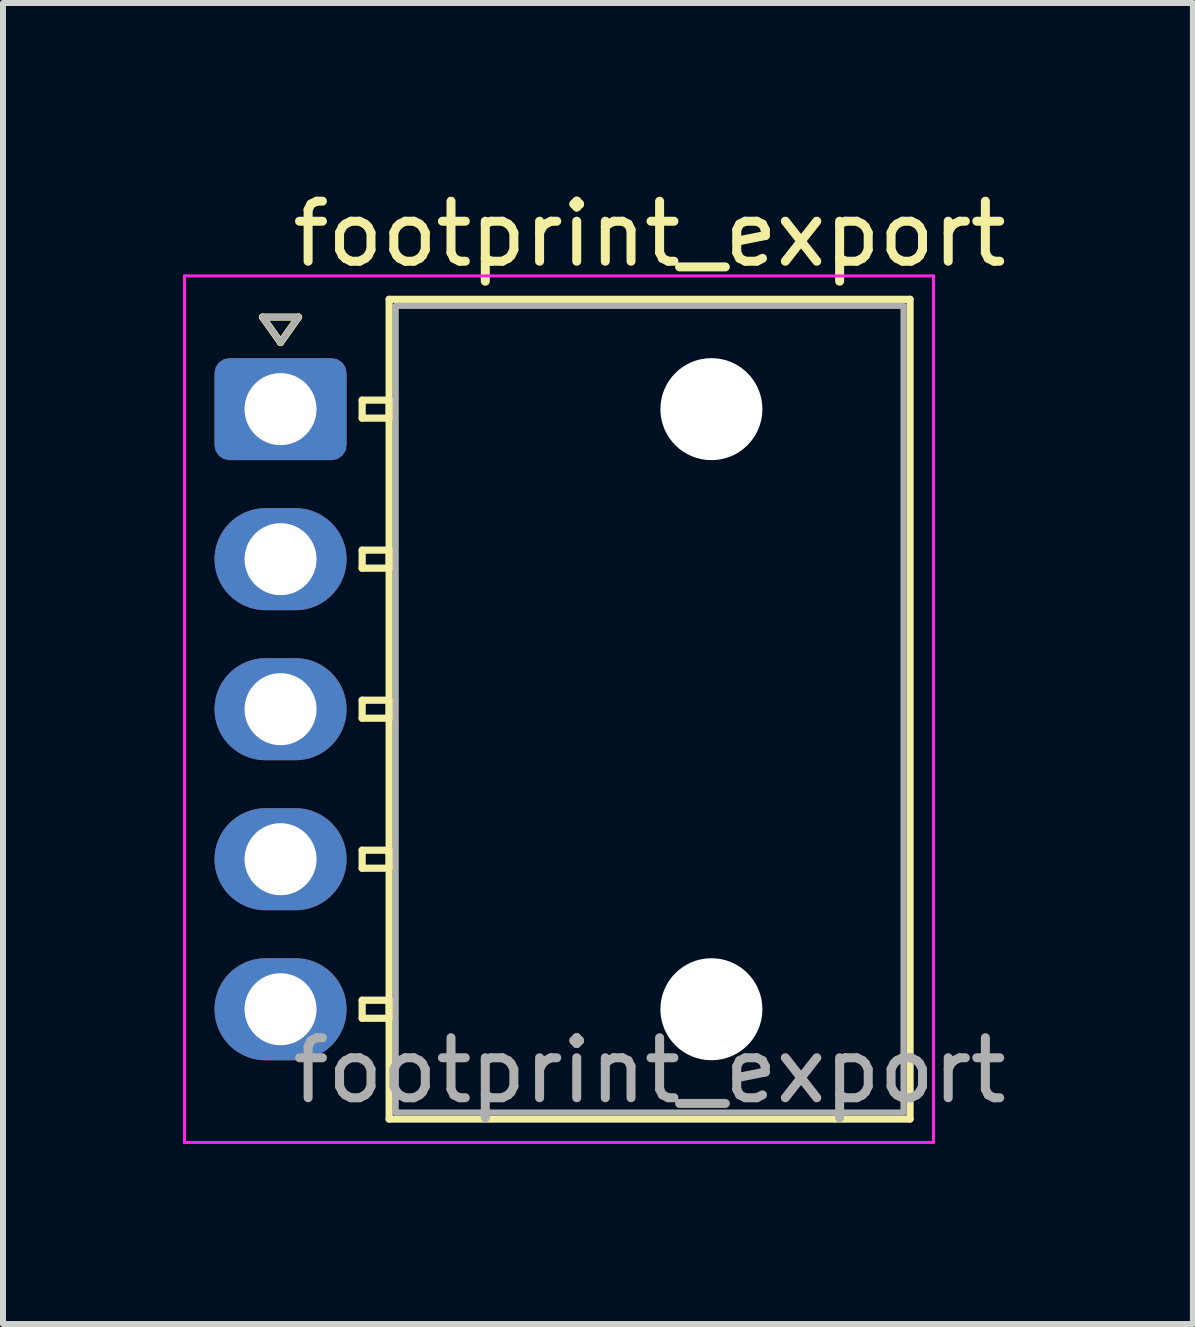
<source format=kicad_pcb>
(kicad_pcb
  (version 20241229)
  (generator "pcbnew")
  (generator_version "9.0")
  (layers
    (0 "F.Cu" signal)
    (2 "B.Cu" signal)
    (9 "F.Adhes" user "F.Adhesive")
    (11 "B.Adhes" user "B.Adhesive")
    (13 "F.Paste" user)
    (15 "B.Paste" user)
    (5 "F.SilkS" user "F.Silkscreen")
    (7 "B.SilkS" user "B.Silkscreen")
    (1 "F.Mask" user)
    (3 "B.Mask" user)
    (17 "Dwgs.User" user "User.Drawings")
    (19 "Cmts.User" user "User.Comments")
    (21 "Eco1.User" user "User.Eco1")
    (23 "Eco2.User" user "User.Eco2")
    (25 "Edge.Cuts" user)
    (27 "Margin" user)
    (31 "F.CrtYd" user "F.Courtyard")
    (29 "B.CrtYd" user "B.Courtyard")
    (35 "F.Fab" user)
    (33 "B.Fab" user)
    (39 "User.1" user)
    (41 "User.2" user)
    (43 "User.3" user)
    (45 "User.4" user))
  (footprint "footprint_export"
    (layer "F.Cu")
    (at 1.625 3.768)
    (property "Reference" "footprint_export" (at 6.15 -2.92 0) (layer "F.SilkS") (effects (font (size 1 1) (thickness 0.15))))
    (attr through_hole)
    (fp_line (start -0.3 -1.534) (end 0 -1.11) (stroke (width 0.12) (type solid)) (layer "F.SilkS"))
    (fp_line (start 0 -1.11) (end 0.3 -1.534) (stroke (width 0.12) (type solid)) (layer "F.SilkS"))
    (fp_line (start 0.3 -1.534) (end -0.3 -1.534) (stroke (width 0.12) (type solid)) (layer "F.SilkS"))
    (fp_line (start 1.36 -0.15) (end 1.36 0.15) (stroke (width 0.12) (type solid)) (layer "F.SilkS"))
    (fp_line (start 1.36 0.15) (end 1.81 0.15) (stroke (width 0.12) (type solid)) (layer "F.SilkS"))
    (fp_line (start 1.36 2.35) (end 1.36 2.65) (stroke (width 0.12) (type solid)) (layer "F.SilkS"))
    (fp_line (start 1.36 2.65) (end 1.81 2.65) (stroke (width 0.12) (type solid)) (layer "F.SilkS"))
    (fp_line (start 1.36 4.85) (end 1.36 5.15) (stroke (width 0.12) (type solid)) (layer "F.SilkS"))
    (fp_line (start 1.36 5.15) (end 1.81 5.15) (stroke (width 0.12) (type solid)) (layer "F.SilkS"))
    (fp_line (start 1.36 7.35) (end 1.36 7.65) (stroke (width 0.12) (type solid)) (layer "F.SilkS"))
    (fp_line (start 1.36 7.65) (end 1.81 7.65) (stroke (width 0.12) (type solid)) (layer "F.SilkS"))
    (fp_line (start 1.36 9.85) (end 1.36 10.15) (stroke (width 0.12) (type solid)) (layer "F.SilkS"))
    (fp_line (start 1.36 10.15) (end 1.81 10.15) (stroke (width 0.12) (type solid)) (layer "F.SilkS"))
    (fp_line (start 1.81 -1.83) (end 1.81 11.83) (stroke (width 0.12) (type solid)) (layer "F.SilkS"))
    (fp_line (start 1.81 -0.15) (end 1.36 -0.15) (stroke (width 0.12) (type solid)) (layer "F.SilkS"))
    (fp_line (start 1.81 0.15) (end 1.81 -0.15) (stroke (width 0.12) (type solid)) (layer "F.SilkS"))
    (fp_line (start 1.81 2.35) (end 1.36 2.35) (stroke (width 0.12) (type solid)) (layer "F.SilkS"))
    (fp_line (start 1.81 2.65) (end 1.81 2.35) (stroke (width 0.12) (type solid)) (layer "F.SilkS"))
    (fp_line (start 1.81 4.85) (end 1.36 4.85) (stroke (width 0.12) (type solid)) (layer "F.SilkS"))
    (fp_line (start 1.81 5.15) (end 1.81 4.85) (stroke (width 0.12) (type solid)) (layer "F.SilkS"))
    (fp_line (start 1.81 7.35) (end 1.36 7.35) (stroke (width 0.12) (type solid)) (layer "F.SilkS"))
    (fp_line (start 1.81 7.65) (end 1.81 7.35) (stroke (width 0.12) (type solid)) (layer "F.SilkS"))
    (fp_line (start 1.81 9.85) (end 1.36 9.85) (stroke (width 0.12) (type solid)) (layer "F.SilkS"))
    (fp_line (start 1.81 10.15) (end 1.81 9.85) (stroke (width 0.12) (type solid)) (layer "F.SilkS"))
    (fp_line (start 1.81 11.83) (end 10.49 11.83) (stroke (width 0.12) (type solid)) (layer "F.SilkS"))
    (fp_line (start 10.49 -1.83) (end 1.81 -1.83) (stroke (width 0.12) (type solid)) (layer "F.SilkS"))
    (fp_line (start 10.49 11.83) (end 10.49 -1.83) (stroke (width 0.12) (type solid)) (layer "F.SilkS"))
    (fp_line (start -1.6 -2.22) (end -1.6 12.22) (stroke (width 0.05) (type solid)) (layer "F.CrtYd"))
    (fp_line (start -1.6 12.22) (end 10.88 12.22) (stroke (width 0.05) (type solid)) (layer "F.CrtYd"))
    (fp_line (start 10.88 -2.22) (end -1.6 -2.22) (stroke (width 0.05) (type solid)) (layer "F.CrtYd"))
    (fp_line (start 10.88 12.22) (end 10.88 -2.22) (stroke (width 0.05) (type solid)) (layer "F.CrtYd"))
    (fp_line (start -0.3 -1.534) (end 0 -1.11) (stroke (width 0.1) (type solid)) (layer "F.Fab"))
    (fp_line (start 0 -1.11) (end 0.3 -1.534) (stroke (width 0.1) (type solid)) (layer "F.Fab"))
    (fp_line (start 0.3 -1.534) (end -0.3 -1.534) (stroke (width 0.1) (type solid)) (layer "F.Fab"))
    (fp_line (start 1.92 -1.72) (end 1.92 11.72) (stroke (width 0.1) (type solid)) (layer "F.Fab"))
    (fp_line (start 1.92 11.72) (end 10.38 11.72) (stroke (width 0.1) (type solid)) (layer "F.Fab"))
    (fp_line (start 10.38 -1.72) (end 1.92 -1.72) (stroke (width 0.1) (type solid)) (layer "F.Fab"))
    (fp_line (start 10.38 11.72) (end 10.38 -1.72) (stroke (width 0.1) (type solid)) (layer "F.Fab"))
    (fp_text user "${REFERENCE}" (at 6.15 11.02 0) (layer "F.Fab") (effects (font (size 1 1) (thickness 0.15))))
    (pad "" np_thru_hole circle (at 7.18 0) (size 1.7 1.7) (drill 1.7) (layers "*.Cu" "*.Mask"))
    (pad "" np_thru_hole circle (at 7.18 10) (size 1.7 1.7) (drill 1.7) (layers "*.Cu" "*.Mask"))
    (pad "1" thru_hole roundrect (at 0 0) (size 2.2 1.7) (drill 1.2) (layers "*.Cu" "*.Mask") (roundrect_rratio 0.147))
    (pad "2" thru_hole oval (at 0 2.5) (size 2.2 1.7) (drill 1.2) (layers "*.Cu" "*.Mask"))
    (pad "3" thru_hole oval (at 0 5) (size 2.2 1.7) (drill 1.2) (layers "*.Cu" "*.Mask"))
    (pad "4" thru_hole oval (at 0 7.5) (size 2.2 1.7) (drill 1.2) (layers "*.Cu" "*.Mask"))
    (pad "5" thru_hole oval (at 0 10) (size 2.2 1.7) (drill 1.2) (layers "*.Cu" "*.Mask")))
  (gr_rect
    (start -3 -3)
    (end 16.829 19.013)
    (stroke (width 0.1) (type default))
    (fill no)
    (layer "Edge.Cuts")))
</source>
